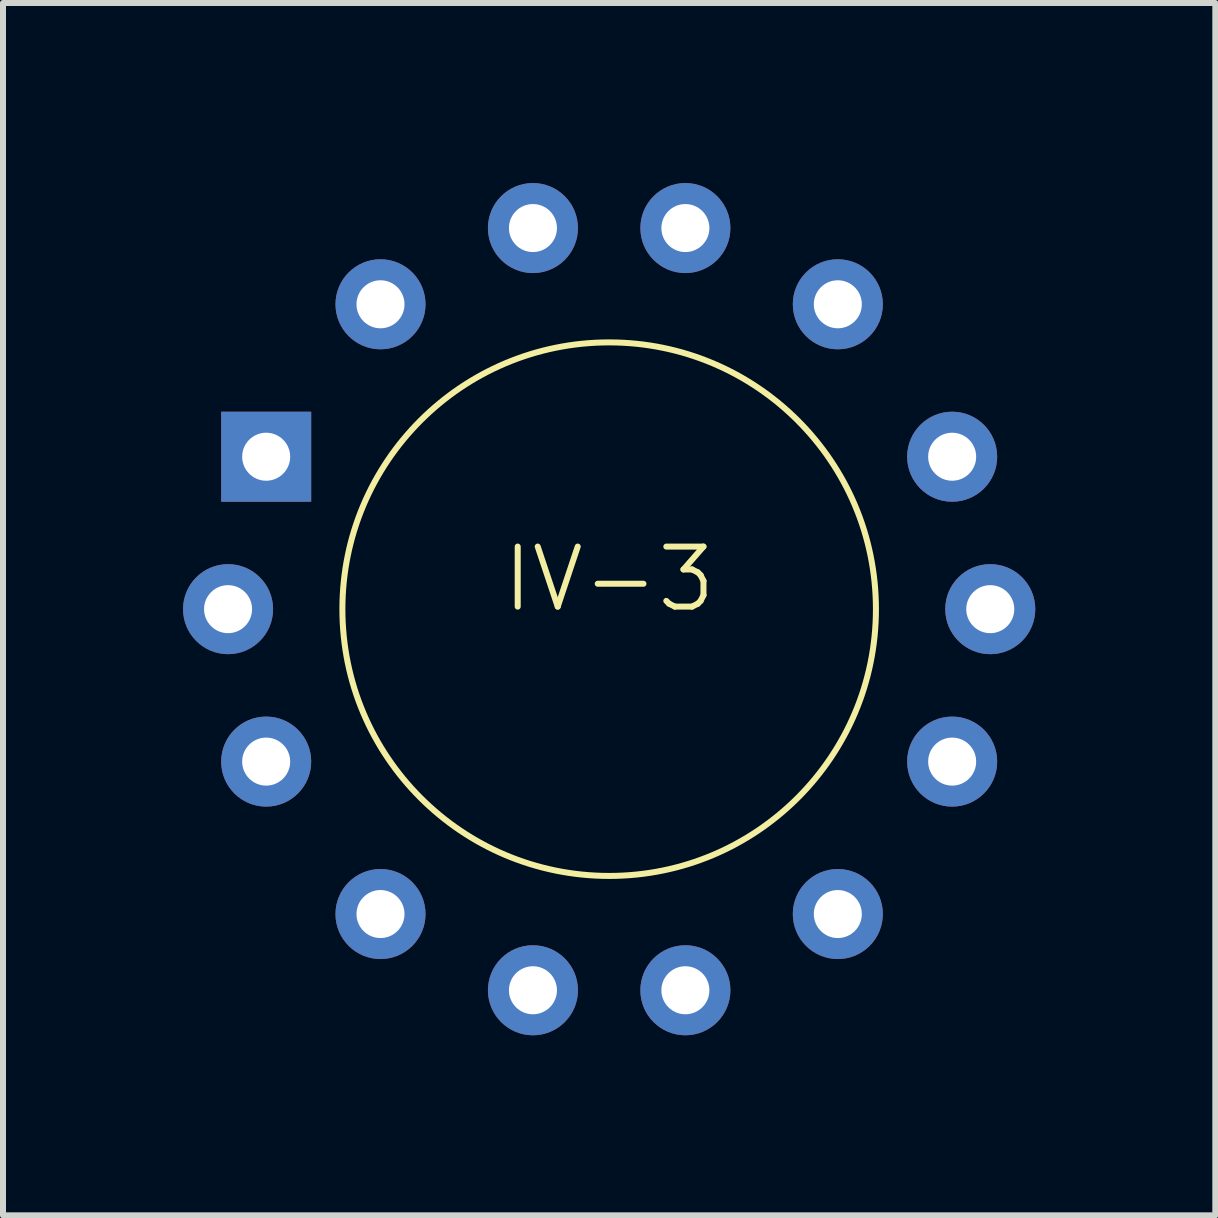
<source format=kicad_pcb>
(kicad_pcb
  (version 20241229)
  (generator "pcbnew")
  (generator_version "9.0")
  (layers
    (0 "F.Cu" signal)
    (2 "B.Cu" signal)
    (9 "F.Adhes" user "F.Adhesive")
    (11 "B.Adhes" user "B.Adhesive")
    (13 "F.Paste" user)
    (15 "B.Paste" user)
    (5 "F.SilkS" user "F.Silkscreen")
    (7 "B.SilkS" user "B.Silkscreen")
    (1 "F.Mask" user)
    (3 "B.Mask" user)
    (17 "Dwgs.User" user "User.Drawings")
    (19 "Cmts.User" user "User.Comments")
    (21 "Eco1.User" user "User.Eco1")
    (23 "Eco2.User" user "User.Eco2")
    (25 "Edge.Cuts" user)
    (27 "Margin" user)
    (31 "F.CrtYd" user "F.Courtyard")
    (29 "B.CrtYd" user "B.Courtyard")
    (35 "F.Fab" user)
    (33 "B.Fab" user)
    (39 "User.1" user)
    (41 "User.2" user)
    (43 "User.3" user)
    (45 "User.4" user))
  (footprint "IV-3"
    (layer "F.Cu")
    (at 7.1 7.1)
    (property "Reference" "IV-3" (at 0 -0.5 0) (unlocked yes) (layer "F.SilkS") (effects (font (size 1 1) (thickness 0.1))))
    (attr smd)
    (fp_circle (center 0 0) (end 0 -4.445) (stroke (width 0.1) (type default)) (fill no) (layer "F.SilkS"))
    (pad "1" thru_hole circle (at -6.35 0) (size 1.5 1.5) (drill 0.8) (layers "*.Cu" "*.Mask"))
    (pad "2" thru_hole circle (at -5.715 2.54) (size 1.5 1.5) (drill 0.8) (layers "*.Cu" "*.Mask"))
    (pad "3" thru_hole circle (at -3.81 5.08) (size 1.5 1.5) (drill 0.8) (layers "*.Cu" "*.Mask"))
    (pad "4" thru_hole circle (at -1.27 6.35) (size 1.5 1.5) (drill 0.8) (layers "*.Cu" "*.Mask"))
    (pad "5" thru_hole circle (at 1.27 6.35) (size 1.5 1.5) (drill 0.8) (layers "*.Cu" "*.Mask"))
    (pad "6" thru_hole circle (at 3.81 5.08) (size 1.5 1.5) (drill 0.8) (layers "*.Cu" "*.Mask"))
    (pad "7" thru_hole circle (at 5.715 2.54) (size 1.5 1.5) (drill 0.8) (layers "*.Cu" "*.Mask"))
    (pad "8" thru_hole circle (at 6.35 0) (size 1.5 1.5) (drill 0.8) (layers "*.Cu" "*.Mask"))
    (pad "9" thru_hole circle (at 5.715 -2.54) (size 1.5 1.5) (drill 0.8) (layers "*.Cu" "*.Mask"))
    (pad "10" thru_hole circle (at 3.81 -5.08) (size 1.5 1.5) (drill 0.8) (layers "*.Cu" "*.Mask"))
    (pad "11" thru_hole circle (at 1.27 -6.35) (size 1.5 1.5) (drill 0.8) (layers "*.Cu" "*.Mask"))
    (pad "12" thru_hole circle (at -1.27 -6.35) (size 1.5 1.5) (drill 0.8) (layers "*.Cu" "*.Mask"))
    (pad "13" thru_hole circle (at -3.81 -5.08) (size 1.5 1.5) (drill 0.8) (layers "*.Cu" "*.Mask"))
    (pad "14" thru_hole trapezoid (at -5.715 -2.54) (size 1.5 1.5) (drill 0.8) (layers "*.Cu" "*.Mask")))
  (gr_rect
    (start -3 -3)
    (end 17.2 17.2)
    (stroke (width 0.1) (type default))
    (fill no)
    (layer "Edge.Cuts")))
</source>
